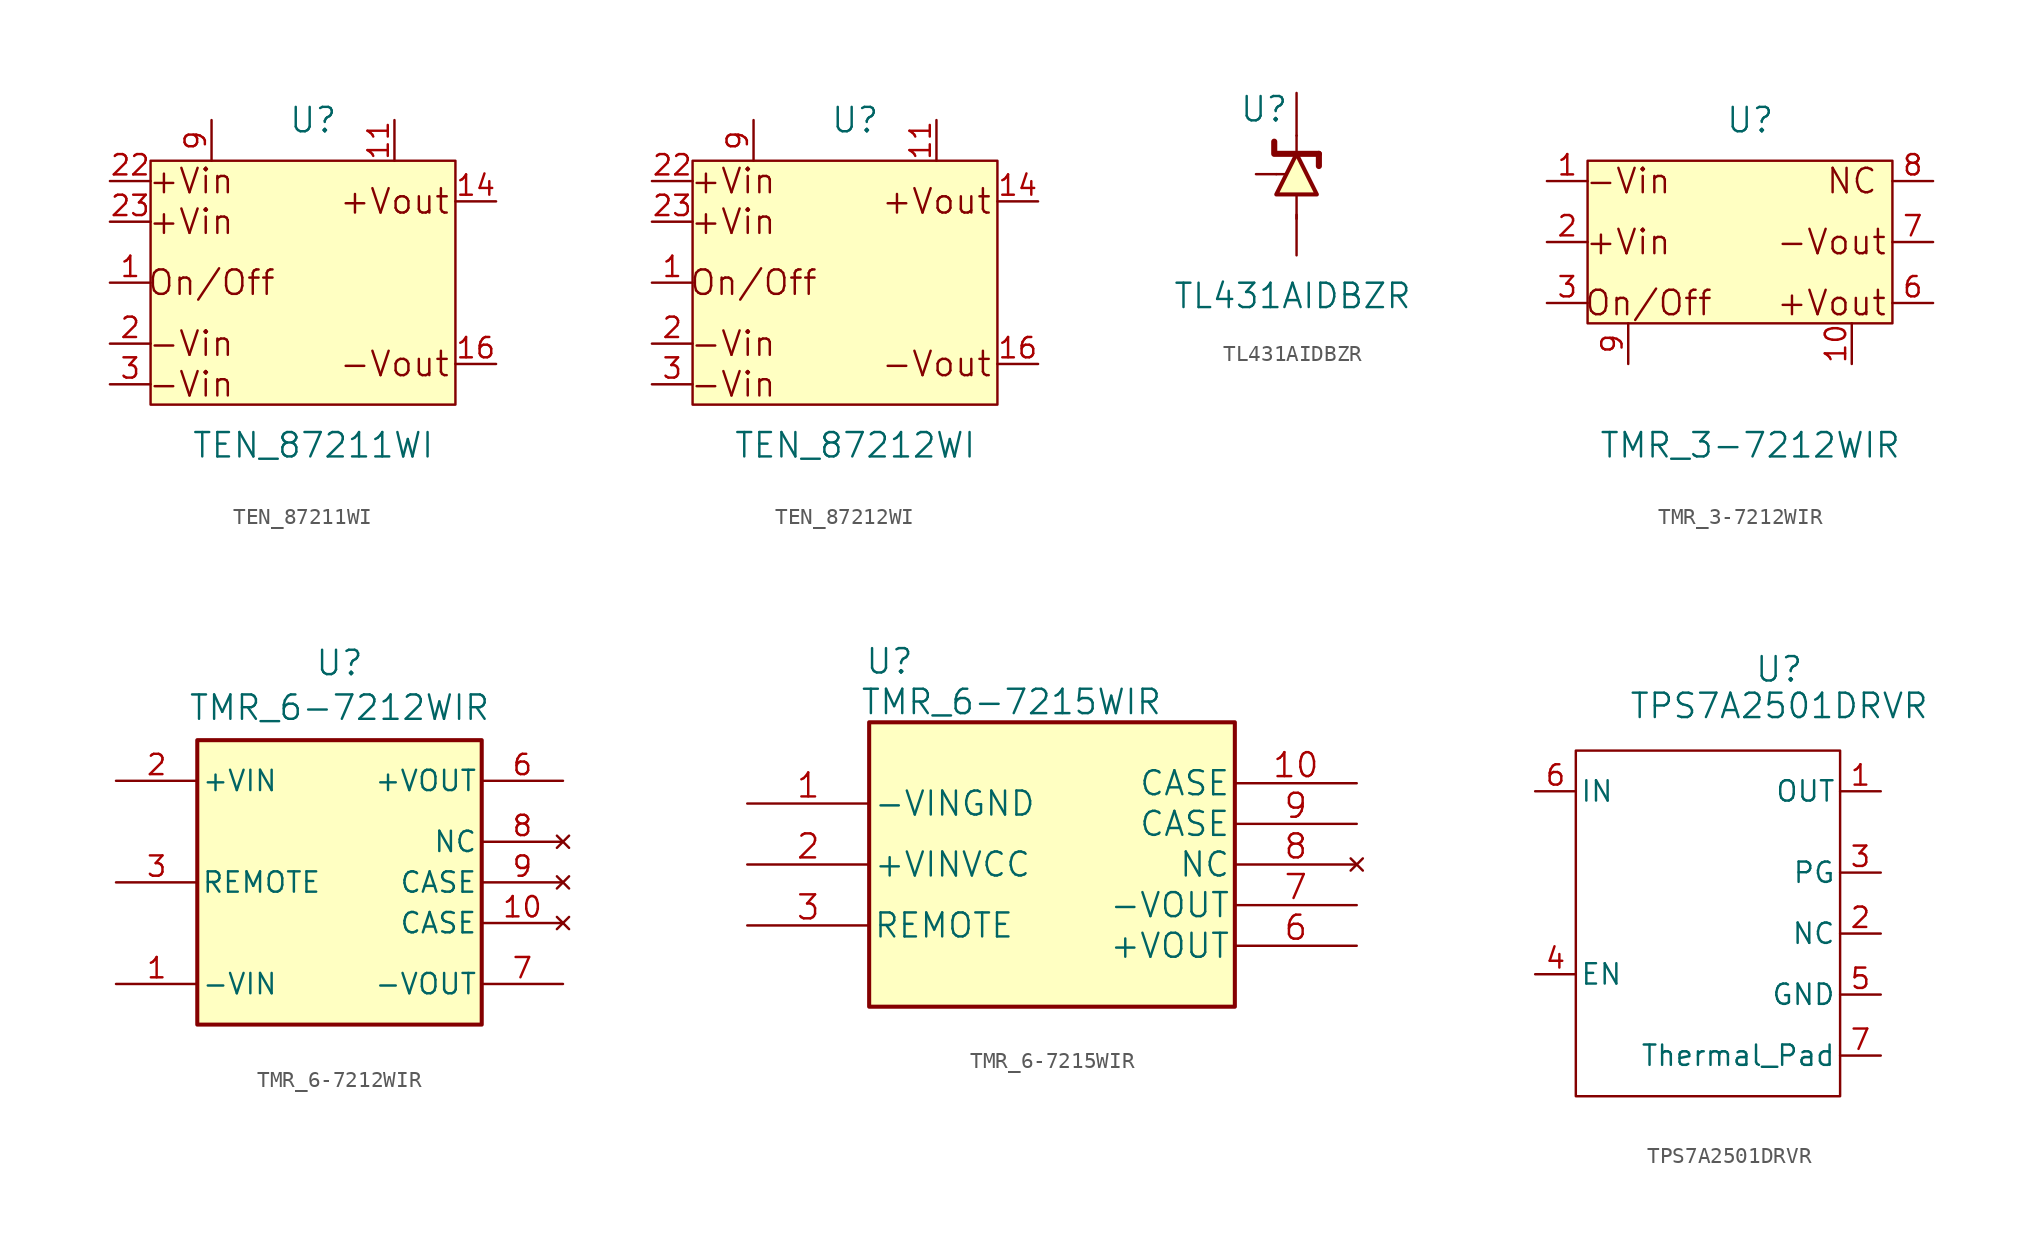
<source format=kicad_sym>
(kicad_symbol_lib
  (version 20241209)
  (generator "kicad_symbol_editor")
  (generator_version "9.0")
  (symbol "TEN_87211WI"
    (pin_names
      (offset 0)
      (hide yes))
    (property "Reference" "U"
      (at 0 7.62 0)
      (effects (font (size 1.524 1.524))))
    (property "Value" "TEN_87211WI"
      (at 0 -12.7 0)
      (effects (font (size 1.524 1.524))))
    (symbol "TEN_87211WI_0_0"
      (text "+Vin" (at -7.62 3.81 0) (effects (font (size 1.524 1.524))))
      (text "+Vin" (at -7.62 1.27 0) (effects (font (size 1.524 1.524))))
      (text "-Vin" (at -7.62 -6.35 0) (effects (font (size 1.524 1.524))))
      (text "-Vin" (at -7.62 -8.89 0) (effects (font (size 1.524 1.524))))
      (text "On/Off" (at -6.35 -2.54 0) (effects (font (size 1.524 1.524))))
      (text "+Vout" (at 5.08 2.54 0) (effects (font (size 1.524 1.524))))
      (text "-Vout" (at 5.08 -7.62 0) (effects (font (size 1.524 1.524)))))
    (symbol "TEN_87211WI_0_1"
      (rectangle (start 8.89 -10.16) (end -10.16 5.08) (stroke (width 0) (type default)) (fill (type background))))
    (symbol "TEN_87211WI_1_1"
      (pin input line (at -12.7 3.81 0) (length 2.54) (name "+Vin_(VCC)" (effects (font (size 1.27 1.27)))) (number "22" (effects (font (size 1.27 1.27)))))
      (pin input line (at -12.7 1.27 0) (length 2.54) (name "+Vin_(VCC)" (effects (font (size 1.27 1.27)))) (number "23" (effects (font (size 1.27 1.27)))))
      (pin input line (at -12.7 -2.54 0) (length 2.54) (name "Remote_On/Off" (effects (font (size 1.27 1.27)))) (number "1" (effects (font (size 1.27 1.27)))))
      (pin input line (at -12.7 -6.35 0) (length 2.54) (name "-Vin_(GND)" (effects (font (size 1.27 1.27)))) (number "2" (effects (font (size 1.27 1.27)))))
      (pin input line (at -12.7 -8.89 0) (length 2.54) (name "-Vin_(GND)" (effects (font (size 1.27 1.27)))) (number "3" (effects (font (size 1.27 1.27)))))
      (pin output line (at -6.35 7.62 270) (length 2.54) (name "NC" (effects (font (size 1.27 1.27)))) (number "9" (effects (font (size 1.27 1.27)))))
      (pin output line (at 5.08 7.62 270) (length 2.54) (name "NC" (effects (font (size 1.27 1.27)))) (number "11" (effects (font (size 1.27 1.27)))))
      (pin input line (at 11.43 2.54 180) (length 2.54) (name "+Vout" (effects (font (size 1.27 1.27)))) (number "14" (effects (font (size 1.27 1.27)))))
      (pin input line (at 11.43 -7.62 180) (length 2.54) (name "-Vout" (effects (font (size 1.27 1.27)))) (number "16" (effects (font (size 1.27 1.27)))))))
  (symbol "TEN_87212WI"
    (pin_names
      (offset 0)
      (hide yes))
    (property "Reference" "U"
      (at 0 7.62 0)
      (effects (font (size 1.524 1.524))))
    (property "Value" "TEN_87212WI"
      (at 0 -12.7 0)
      (effects (font (size 1.524 1.524))))
    (symbol "TEN_87212WI_0_0"
      (text "+Vin" (at -7.62 3.81 0) (effects (font (size 1.524 1.524))))
      (text "+Vin" (at -7.62 1.27 0) (effects (font (size 1.524 1.524))))
      (text "-Vin" (at -7.62 -6.35 0) (effects (font (size 1.524 1.524))))
      (text "-Vin" (at -7.62 -8.89 0) (effects (font (size 1.524 1.524))))
      (text "On/Off" (at -6.35 -2.54 0) (effects (font (size 1.524 1.524))))
      (text "+Vout" (at 5.08 2.54 0) (effects (font (size 1.524 1.524))))
      (text "-Vout" (at 5.08 -7.62 0) (effects (font (size 1.524 1.524)))))
    (symbol "TEN_87212WI_0_1"
      (rectangle (start 8.89 -10.16) (end -10.16 5.08) (stroke (width 0) (type default)) (fill (type background))))
    (symbol "TEN_87212WI_1_1"
      (pin input line (at -12.7 3.81 0) (length 2.54) (name "+Vin_(VCC)" (effects (font (size 1.27 1.27)))) (number "22" (effects (font (size 1.27 1.27)))))
      (pin input line (at -12.7 1.27 0) (length 2.54) (name "+Vin_(VCC)" (effects (font (size 1.27 1.27)))) (number "23" (effects (font (size 1.27 1.27)))))
      (pin input line (at -12.7 -2.54 0) (length 2.54) (name "Remote_On/Off" (effects (font (size 1.27 1.27)))) (number "1" (effects (font (size 1.27 1.27)))))
      (pin input line (at -12.7 -6.35 0) (length 2.54) (name "-Vin_(GND)" (effects (font (size 1.27 1.27)))) (number "2" (effects (font (size 1.27 1.27)))))
      (pin input line (at -12.7 -8.89 0) (length 2.54) (name "-Vin_(GND)" (effects (font (size 1.27 1.27)))) (number "3" (effects (font (size 1.27 1.27)))))
      (pin output line (at -6.35 7.62 270) (length 2.54) (name "NC" (effects (font (size 1.27 1.27)))) (number "9" (effects (font (size 1.27 1.27)))))
      (pin output line (at 5.08 7.62 270) (length 2.54) (name "NC" (effects (font (size 1.27 1.27)))) (number "11" (effects (font (size 1.27 1.27)))))
      (pin input line (at 11.43 2.54 180) (length 2.54) (name "+Vout" (effects (font (size 1.27 1.27)))) (number "14" (effects (font (size 1.27 1.27)))))
      (pin input line (at 11.43 -7.62 180) (length 2.54) (name "-Vout" (effects (font (size 1.27 1.27)))) (number "16" (effects (font (size 1.27 1.27)))))))
  (symbol "TL431AIDBZR"
    (pin_numbers
      (hide yes))
    (pin_names
      (offset 0)
      (hide yes))
    (property "Reference" "U"
      (at -2.032 4.064 0)
      (effects (font (size 1.524 1.524))))
    (property "Value" "TL431AIDBZR"
      (at -0.254 -7.62 0)
      (effects (font (size 1.524 1.524))))
    (symbol "TL431AIDBZR_0_1"
      (polyline (pts (xy -1.27 0) (xy -0.635 0)) (stroke (width 0) (type default)) (fill (type none)))
      (polyline (pts (xy -1.27 -1.27) (xy 1.27 -1.27) (xy 0 1.27) (xy -1.27 -1.27)) (stroke (width 0.254) (type default)) (fill (type background)))
      (polyline (pts (xy 0 2.413) (xy 0 1.27)) (stroke (width 0) (type default)) (fill (type none)))
      (polyline (pts (xy 0 -2.794) (xy 0 -1.27)) (stroke (width 0) (type default)) (fill (type none)))
      (polyline (pts (xy 1.397 1.27) (xy 1.397 0.508)) (stroke (width 0.381) (type default)) (fill (type none)))
      (polyline (pts (xy 1.397 1.27) (xy -1.397 1.27) (xy -1.397 2.032)) (stroke (width 0.381) (type default)) (fill (type none))))
    (symbol "TL431AIDBZR_1_1"
      (pin input line (at -2.54 0 0) (length 1.27) (name "Vref" (effects (font (size 1.27 1.27)))) (number "2" (effects (font (size 1.27 1.27)))))
      (pin input line (at 0 5.08 270) (length 2.667) (name "Cathode" (effects (font (size 1.27 1.27)))) (number "1" (effects (font (size 1.27 1.27)))))
      (pin input line (at 0 -5.08 90) (length 2.54) (name "Anode" (effects (font (size 1.27 1.27)))) (number "3" (effects (font (size 1.27 1.27)))))))
  (symbol "TMR_3-7212WIR"
    (pin_names
      (offset 0)
      (hide yes))
    (property "Reference" "U"
      (at 0 7.62 0)
      (effects (font (size 1.524 1.524))))
    (property "Value" "TMR_3-7212WIR"
      (at 0 -12.7 0)
      (effects (font (size 1.524 1.524))))
    (symbol "TMR_3-7212WIR_0_0"
      (text "-Vin" (at -7.62 3.81 0) (effects (font (size 1.524 1.524))))
      (text "+Vin" (at -7.62 0 0) (effects (font (size 1.524 1.524))))
      (text "On/Off" (at -6.35 -3.81 0) (effects (font (size 1.524 1.524))))
      (text "-Vout" (at 5.08 0 0) (effects (font (size 1.524 1.524))))
      (text "+Vout" (at 5.08 -3.81 0) (effects (font (size 1.524 1.524))))
      (text "NC" (at 6.35 3.81 0) (effects (font (size 1.524 1.524)))))
    (symbol "TMR_3-7212WIR_0_1"
      (rectangle (start 8.89 -5.08) (end -10.16 5.08) (stroke (width 0) (type default)) (fill (type background))))
    (symbol "TMR_3-7212WIR_1_1"
      (pin input line (at -12.7 3.81 0) (length 2.54) (name "-Vin" (effects (font (size 1.27 1.27)))) (number "1" (effects (font (size 1.27 1.27)))))
      (pin input line (at -12.7 0 0) (length 2.54) (name "GND" (effects (font (size 1.27 1.27)))) (number "2" (effects (font (size 1.27 1.27)))))
      (pin input line (at -12.7 -3.81 0) (length 2.54) (name "Vout" (effects (font (size 1.27 1.27)))) (number "3" (effects (font (size 1.27 1.27)))))
      (pin input line (at -7.62 -7.62 90) (length 2.54) (name "Vin" (effects (font (size 1.27 1.27)))) (number "9" (effects (font (size 1.27 1.27)))))
      (pin input line (at 6.35 -7.62 90) (length 2.54) (name "Vin" (effects (font (size 1.27 1.27)))) (number "10" (effects (font (size 1.27 1.27)))))
      (pin input line (at 11.43 3.81 180) (length 2.54) (name "Vin" (effects (font (size 1.27 1.27)))) (number "8" (effects (font (size 1.27 1.27)))))
      (pin input line (at 11.43 0 180) (length 2.54) (name "Vin" (effects (font (size 1.27 1.27)))) (number "7" (effects (font (size 1.27 1.27)))))
      (pin input line (at 11.43 -3.81 180) (length 2.54) (name "Vin" (effects (font (size 1.27 1.27)))) (number "6" (effects (font (size 1.27 1.27)))))))
  (symbol "TMR_6-7212WIR"
    (pin_names
      (offset 0.254))
    (property "Reference" "U"
      (at 0 13.716 0)
      (effects (font (size 1.524 1.524))))
    (property "Value" "TMR_6-7212WIR"
      (at 0 10.922 0)
      (effects (font (size 1.524 1.524))))
    (symbol "TMR_6-7212WIR_1_1"
      (rectangle (start -8.89 8.89) (end 8.89 -8.89) (stroke (width 0.254) (type default)) (fill (type background)))
      (pin passive line (at -13.97 6.35 0) (length 5.08) (name "+VIN" (effects (font (size 1.27 1.27)))) (number "2" (effects (font (size 1.27 1.27)))))
      (pin passive line (at -13.97 0 0) (length 5.08) (name "REMOTE" (effects (font (size 1.27 1.27)))) (number "3" (effects (font (size 1.27 1.27)))))
      (pin passive line (at -13.97 -6.35 0) (length 5.08) (name "-VIN" (effects (font (size 1.27 1.27)))) (number "1" (effects (font (size 1.27 1.27)))))
      (pin passive line (at 13.97 6.35 180) (length 5.08) (name "+VOUT" (effects (font (size 1.27 1.27)))) (number "6" (effects (font (size 1.27 1.27)))))
      (pin no_connect line (at 13.97 2.54 180) (length 5.08) (name "NC" (effects (font (size 1.27 1.27)))) (number "8" (effects (font (size 1.27 1.27)))))
      (pin no_connect line (at 13.97 0 180) (length 5.08) (name "CASE" (effects (font (size 1.27 1.27)))) (number "9" (effects (font (size 1.27 1.27)))))
      (pin no_connect line (at 13.97 -2.54 180) (length 5.08) (name "CASE" (effects (font (size 1.27 1.27)))) (number "10" (effects (font (size 1.27 1.27)))))
      (pin passive line (at 13.97 -6.35 180) (length 5.08) (name "-VOUT" (effects (font (size 1.27 1.27)))) (number "7" (effects (font (size 1.27 1.27)))))))
  (symbol "TMR_6-7215WIR"
    (pin_names
      (offset 0.254))
    (property "Reference" "U"
      (at -10.16 12.7 0)
      (effects (font (size 1.524 1.524))))
    (property "Value" "TMR_6-7215WIR"
      (at -2.54 10.16 0)
      (effects (font (size 1.524 1.524))))
    (symbol "TMR_6-7215WIR_1_1"
      (rectangle (start -11.43 8.89) (end 11.43 -8.89) (stroke (width 0.254) (type default)) (fill (type background)))
      (pin power_in line (at -19.05 3.81 0) (length 7.62) (name "-VINGND" (effects (font (size 1.499 1.499)))) (number "1" (effects (font (size 1.499 1.499)))))
      (pin power_in line (at -19.05 0 0) (length 7.62) (name "+VINVCC" (effects (font (size 1.499 1.499)))) (number "2" (effects (font (size 1.499 1.499)))))
      (pin bidirectional line (at -19.05 -3.81 0) (length 7.62) (name "REMOTE" (effects (font (size 1.499 1.499)))) (number "3" (effects (font (size 1.499 1.499)))))
      (pin unspecified line (at 19.05 5.08 180) (length 7.62) (name "CASE" (effects (font (size 1.499 1.499)))) (number "10" (effects (font (size 1.499 1.499)))))
      (pin unspecified line (at 19.05 2.54 180) (length 7.62) (name "CASE" (effects (font (size 1.499 1.499)))) (number "9" (effects (font (size 1.499 1.499)))))
      (pin no_connect line (at 19.05 0 180) (length 7.62) (name "NC" (effects (font (size 1.499 1.499)))) (number "8" (effects (font (size 1.499 1.499)))))
      (pin power_in line (at 19.05 -2.54 180) (length 7.62) (name "-VOUT" (effects (font (size 1.499 1.499)))) (number "7" (effects (font (size 1.499 1.499)))))
      (pin power_in line (at 19.05 -5.08 180) (length 7.62) (name "+VOUT" (effects (font (size 1.499 1.499)))) (number "6" (effects (font (size 1.499 1.499)))))))
  (symbol "TPS7A2501DRVR"
    (pin_names
      (offset 0.254))
    (property "Reference" "U"
      (at 0 17.78 0)
      (effects (font (size 1.524 1.524))))
    (property "Value" "TPS7A2501DRVR"
      (at 0 15.494 0)
      (effects (font (size 1.524 1.524))))
    (symbol "TPS7A2501DRVR_0_1"
      (rectangle (start -12.7 12.7) (end 3.81 -8.89) (stroke (width 0) (type default)) (fill (type none)))
      (pin input line (at -15.24 -1.27 0) (length 2.54) (name "EN" (effects (font (size 1.27 1.27)))) (number "4" (effects (font (size 1.27 1.27)))))
      (pin power_in line (at 6.35 10.16 180) (length 2.54) (name "OUT" (effects (font (size 1.27 1.27)))) (number "1" (effects (font (size 1.27 1.27)))))
      (pin open_collector line (at 6.35 5.08 180) (length 2.54) (name "PG" (effects (font (size 1.27 1.27)))) (number "3" (effects (font (size 1.27 1.27)))))
      (pin unspecified line (at 6.35 1.27 180) (length 2.54) (name "NC" (effects (font (size 1.27 1.27)))) (number "2" (effects (font (size 1.27 1.27)))))
      (pin power_in line (at 6.35 -2.54 180) (length 2.54) (name "GND" (effects (font (size 1.27 1.27)))) (number "5" (effects (font (size 1.27 1.27)))))
      (pin power_in line (at 6.35 -6.35 180) (length 2.54) (name "Thermal_Pad" (effects (font (size 1.27 1.27)))) (number "7" (effects (font (size 1.27 1.27))))))
    (symbol "TPS7A2501DRVR_1_1"
      (pin power_in line (at -15.24 10.16 0) (length 2.54) (name "IN" (effects (font (size 1.27 1.27)))) (number "6" (effects (font (size 1.27 1.27))))))))
</source>
